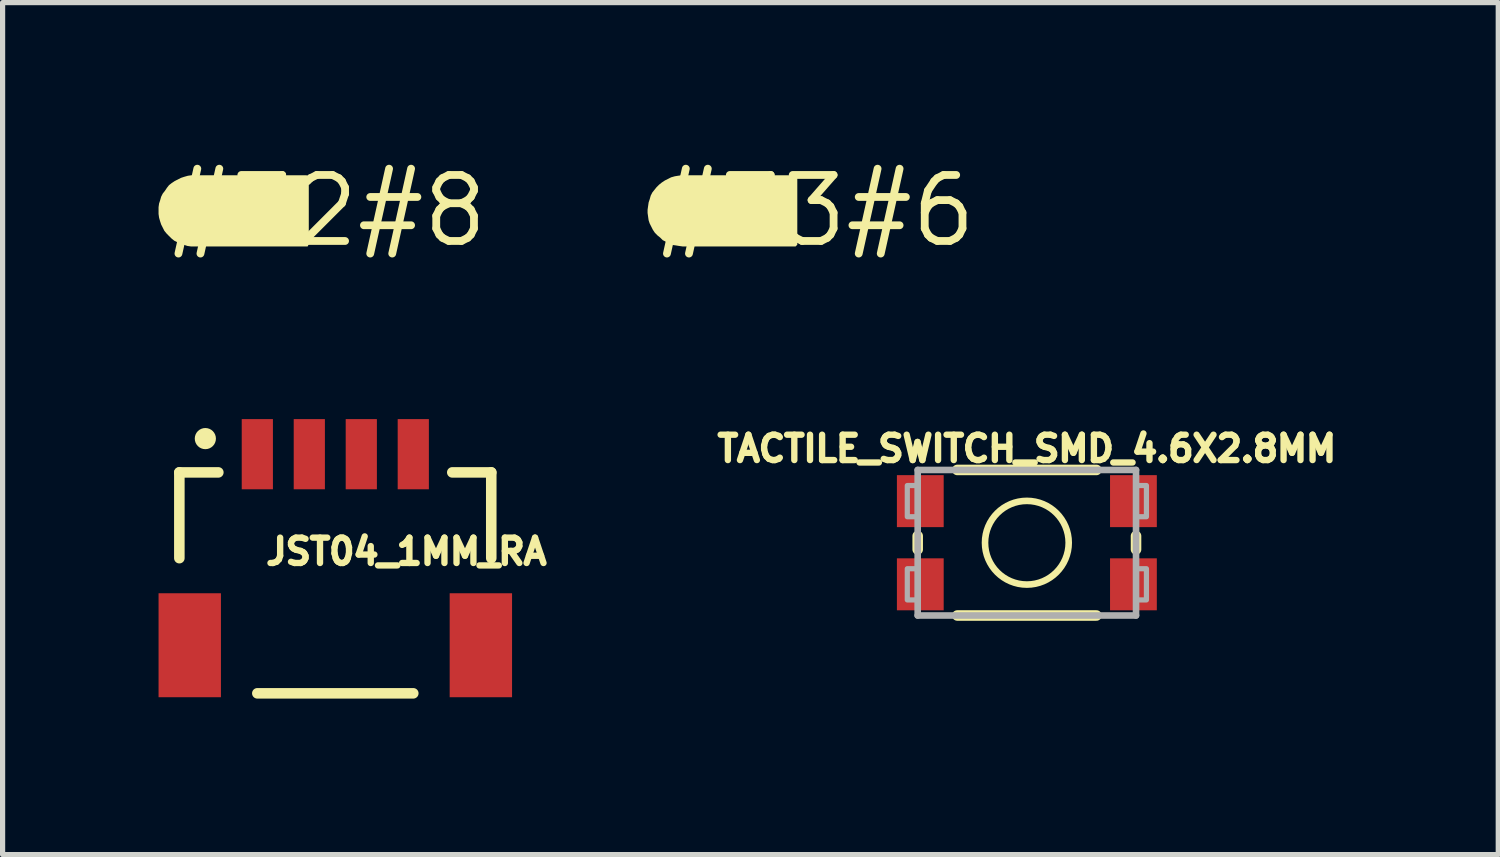
<source format=kicad_pcb>
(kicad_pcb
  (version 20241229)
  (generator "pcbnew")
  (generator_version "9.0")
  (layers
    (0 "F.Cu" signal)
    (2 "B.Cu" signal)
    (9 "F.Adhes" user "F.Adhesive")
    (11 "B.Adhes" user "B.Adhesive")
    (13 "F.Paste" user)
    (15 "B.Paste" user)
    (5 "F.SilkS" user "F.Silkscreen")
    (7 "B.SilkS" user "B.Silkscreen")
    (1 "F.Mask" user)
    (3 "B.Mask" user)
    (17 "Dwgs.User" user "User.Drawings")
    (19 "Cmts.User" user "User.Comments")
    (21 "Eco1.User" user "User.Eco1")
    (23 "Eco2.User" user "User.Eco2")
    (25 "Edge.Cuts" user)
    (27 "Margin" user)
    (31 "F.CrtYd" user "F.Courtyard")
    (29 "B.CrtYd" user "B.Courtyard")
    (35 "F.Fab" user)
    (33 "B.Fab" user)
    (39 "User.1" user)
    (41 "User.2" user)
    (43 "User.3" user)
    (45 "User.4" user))
  (footprint "TACTILE_SWITCH_SMD_4.6X2.8MM"
    (layer "F.Cu")
    (at 16.703 7.39)
    (property "Reference" "TACTILE_SWITCH_SMD_4.6X2.8MM" (at 0 -1.524 0) (layer "F.SilkS") (effects (font (size 0.488 0.488) (thickness 0.122)) (justify bottom)))
    (fp_line (start -2.1 -0.13) (end -2.1 0.13) (stroke (width 0.203) (type solid)) (layer "F.SilkS"))
    (fp_line (start -1.338 -1.4) (end 1.338 -1.4) (stroke (width 0.203) (type solid)) (layer "F.SilkS"))
    (fp_line (start 1.338 1.4) (end -1.338 1.4) (stroke (width 0.203) (type solid)) (layer "F.SilkS"))
    (fp_line (start 2.1 0.13) (end 2.1 -0.13) (stroke (width 0.203) (type solid)) (layer "F.SilkS"))
    (fp_circle (center 0 0) (end 0.805 0) (stroke (width 0.127) (type solid)) (fill no) (layer "F.SilkS"))
    (fp_line (start -2.1 -1.4) (end -2.1 1.4) (stroke (width 0.127) (type solid)) (layer "F.Fab"))
    (fp_line (start -2.1 -1.4) (end 2.1 -1.4) (stroke (width 0.127) (type solid)) (layer "F.Fab"))
    (fp_line (start -2.1 1.4) (end 2.1 1.4) (stroke (width 0.127) (type solid)) (layer "F.Fab"))
    (fp_line (start 2.1 1.4) (end 2.1 -1.4) (stroke (width 0.127) (type solid)) (layer "F.Fab"))
    (fp_poly (pts (xy -2.3 -0.5) (xy -2.1 -0.5) (xy -2.1 -1.1) (xy -2.3 -1.1)) (stroke (width 0.1) (type solid)) (fill no) (layer "F.Fab"))
    (fp_poly (pts (xy -2.3 1.1) (xy -2.1 1.1) (xy -2.1 0.5) (xy -2.3 0.5)) (stroke (width 0.1) (type solid)) (fill no) (layer "F.Fab"))
    (fp_poly (pts (xy 2.3 -1.1) (xy 2.1 -1.1) (xy 2.1 -0.5) (xy 2.3 -0.5)) (stroke (width 0.1) (type solid)) (fill no) (layer "F.Fab"))
    (fp_poly (pts (xy 2.3 0.5) (xy 2.1 0.5) (xy 2.1 1.1) (xy 2.3 1.1)) (stroke (width 0.1) (type solid)) (fill no) (layer "F.Fab"))
    (pad "1" smd rect (at -2.05 0.8) (size 0.9 1) (layers "F.Cu" "F.Mask" "F.Paste"))
    (pad "2" smd rect (at 2.05 0.8) (size 0.9 1) (layers "F.Cu" "F.Mask" "F.Paste"))
    (pad "3" smd rect (at 2.05 -0.8) (size 0.9 1) (layers "F.Cu" "F.Mask" "F.Paste"))
    (pad "4" smd rect (at -2.05 -0.8) (size 0.9 1) (layers "F.Cu" "F.Mask" "F.Paste")))
  (footprint "#33#6"
    (layer "F.Cu")
    (at 12.622 1.006)
    (property "Reference" "#33#6" (at 0 0 0) (layer "F.SilkS") (effects (font (size 1.27 1.27) (thickness 0.15))))
    (fp_poly (pts (xy -0.335 -0.642) (xy -0.335 0.652) (xy -0.368 0.685) (xy -2.54 0.685) (xy -2.611 0.675) (xy -2.671 0.665) (xy -2.742 0.655) (xy -2.923 0.564) (xy -2.973 0.514) (xy -3.023 0.474) (xy -3.074 0.423) (xy -3.114 0.363) (xy -3.175 0.242) (xy -3.195 0.181) (xy -3.205 0.111) (xy -3.215 0.04) (xy -3.215 -0.02) (xy -3.205 -0.091) (xy -3.195 -0.161) (xy -3.175 -0.221) (xy -3.155 -0.292) (xy -3.124 -0.353) (xy -3.084 -0.403) (xy -3.044 -0.453) (xy -2.993 -0.504) (xy -2.943 -0.544) (xy -2.883 -0.584) (xy -2.762 -0.645) (xy -2.691 -0.665) (xy -2.631 -0.675) (xy -2.56 -0.685) (xy -0.367 -0.685)) (stroke (width 0) (type solid)) (fill yes) (layer "F.SilkS")))
  (footprint "#32#8"
    (layer "F.Cu")
    (at 3.225 1.006)
    (property "Reference" "#32#8" (at 0 0 0) (layer "F.SilkS") (effects (font (size 1.27 1.27) (thickness 0.15))))
    (fp_poly (pts (xy -0.335 -0.652) (xy -0.335 0.641) (xy -0.357 0.685) (xy -2.6 0.685) (xy -2.671 0.675) (xy -2.731 0.655) (xy -2.802 0.635) (xy -2.923 0.574) (xy -2.973 0.534) (xy -3.024 0.484) (xy -3.074 0.433) (xy -3.114 0.383) (xy -3.175 0.262) (xy -3.195 0.201) (xy -3.215 0.131) (xy -3.225 0.06) (xy -3.225 -0.07) (xy -3.215 -0.141) (xy -3.195 -0.201) (xy -3.175 -0.272) (xy -3.144 -0.333) (xy -3.104 -0.383) (xy -3.064 -0.443) (xy -3.024 -0.494) (xy -2.973 -0.534) (xy -2.913 -0.574) (xy -2.792 -0.635) (xy -2.731 -0.655) (xy -2.661 -0.675) (xy -2.59 -0.685) (xy -0.378 -0.685)) (stroke (width 0) (type solid)) (fill yes) (layer "F.SilkS")))
  (footprint "JST04_1MM_RA"
    (layer "F.Cu")
    (at 3.4 5.687)
    (property "Reference" "JST04_1MM_RA" (at -1.397 2.159 0) (layer "F.SilkS") (effects (font (size 0.488 0.488) (thickness 0.122)) (justify left bottom)))
    (fp_line (start -3 0.35) (end -2.25 0.35) (stroke (width 0.203) (type solid)) (layer "F.SilkS"))
    (fp_line (start -3 2) (end -3 0.35) (stroke (width 0.203) (type solid)) (layer "F.SilkS"))
    (fp_line (start -1.5 4.6) (end 1.5 4.6) (stroke (width 0.203) (type solid)) (layer "F.SilkS"))
    (fp_line (start 2.25 0.35) (end 3 0.35) (stroke (width 0.203) (type solid)) (layer "F.SilkS"))
    (fp_line (start 3 0.35) (end 3 2) (stroke (width 0.203) (type solid)) (layer "F.SilkS"))
    (fp_circle (center -2.5 -0.3) (end -2.398 -0.3) (stroke (width 0.203) (type solid)) (fill no) (layer "F.SilkS"))
    (pad "1" smd rect (at -1.5 0) (size 0.6 1.35) (layers "F.Cu" "F.Mask" "F.Paste"))
    (pad "2" smd rect (at -0.5 0) (size 0.6 1.35) (layers "F.Cu" "F.Mask" "F.Paste"))
    (pad "3" smd rect (at 0.5 0) (size 0.6 1.35) (layers "F.Cu" "F.Mask" "F.Paste"))
    (pad "4" smd rect (at 1.5 0) (size 0.6 1.35) (layers "F.Cu" "F.Mask" "F.Paste"))
    (pad "NC1" smd rect (at 2.8 3.675) (size 1.2 2) (layers "F.Cu" "F.Mask" "F.Paste"))
    (pad "NC2" smd rect (at -2.8 3.675) (size 1.2 2) (layers "F.Cu" "F.Mask" "F.Paste")))
  (gr_rect
    (start -3 -3)
    (end 25.771 13.389)
    (stroke (width 0.1) (type default))
    (fill no)
    (layer "Edge.Cuts")))
</source>
